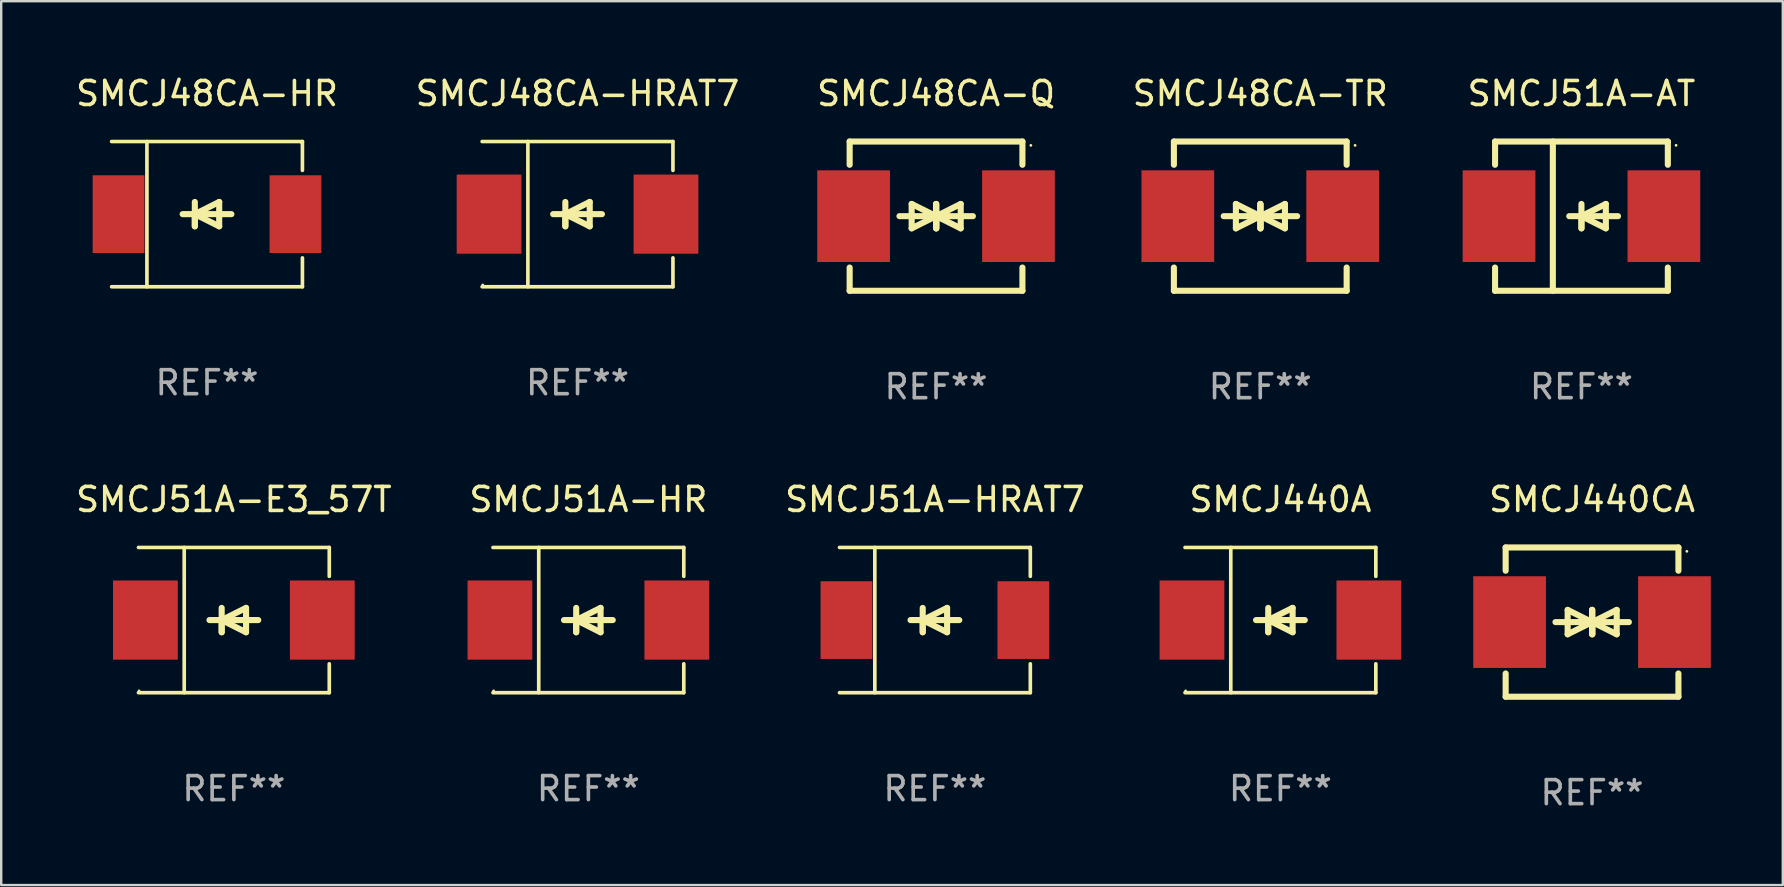
<source format=kicad_pcb>
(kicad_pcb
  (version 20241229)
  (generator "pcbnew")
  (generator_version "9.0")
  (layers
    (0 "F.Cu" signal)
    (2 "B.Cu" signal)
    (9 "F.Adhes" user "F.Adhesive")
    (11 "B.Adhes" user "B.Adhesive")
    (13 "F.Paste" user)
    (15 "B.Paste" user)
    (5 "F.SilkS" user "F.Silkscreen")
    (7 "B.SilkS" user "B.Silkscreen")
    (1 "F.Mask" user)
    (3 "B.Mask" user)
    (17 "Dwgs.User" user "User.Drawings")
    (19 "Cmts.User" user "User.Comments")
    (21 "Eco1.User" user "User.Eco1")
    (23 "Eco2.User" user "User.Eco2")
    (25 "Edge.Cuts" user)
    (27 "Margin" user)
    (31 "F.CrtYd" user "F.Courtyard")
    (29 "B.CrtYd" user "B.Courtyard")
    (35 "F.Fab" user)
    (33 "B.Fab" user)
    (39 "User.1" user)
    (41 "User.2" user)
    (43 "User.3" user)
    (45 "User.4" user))
  (footprint "SMCJ51A-AT"
    (layer "F.Cu")
    (at 62.855 5.958)
    (property "Reference" "SMCJ51A-AT" (at 0 -5.11 0) (layer "F.SilkS") (effects (font (size 1 1) (thickness 0.15))))
    (attr through_hole)
    (fp_line (start -3.6 -3.11) (end -3.6 -2.141) (stroke (width 0.254) (type solid)) (layer "F.SilkS"))
    (fp_line (start -3.6 -3.11) (end 3.6 -3.11) (stroke (width 0.254) (type solid)) (layer "F.SilkS"))
    (fp_line (start -3.6 2.141) (end -3.6 3.11) (stroke (width 0.254) (type solid)) (layer "F.SilkS"))
    (fp_line (start -3.6 3.11) (end 3.6 3.11) (stroke (width 0.254) (type solid)) (layer "F.SilkS"))
    (fp_line (start -1.192 -3.11) (end -1.192 3.11) (stroke (width 0.254) (type solid)) (layer "F.SilkS"))
    (fp_line (start 0 0) (end 0 0.508) (stroke (width 0.254) (type solid)) (layer "F.SilkS"))
    (fp_line (start 0 0) (end 1.016 0.508) (stroke (width 0.254) (type solid)) (layer "F.SilkS"))
    (fp_line (start 0 0.508) (end 0 -0.508) (stroke (width 0.254) (type solid)) (layer "F.SilkS"))
    (fp_line (start 1.016 -0.508) (end 0 0) (stroke (width 0.254) (type solid)) (layer "F.SilkS"))
    (fp_line (start 1.016 0.508) (end 1.016 -0.508) (stroke (width 0.254) (type solid)) (layer "F.SilkS"))
    (fp_line (start 1.524 0) (end -0.508 0) (stroke (width 0.254) (type solid)) (layer "F.SilkS"))
    (fp_line (start 3.6 -3.11) (end 3.6 -2.141) (stroke (width 0.254) (type solid)) (layer "F.SilkS"))
    (fp_line (start 3.6 2.141) (end 3.6 3.11) (stroke (width 0.254) (type solid)) (layer "F.SilkS"))
    (fp_circle (center 3.943 -2.952) (end 3.973 -2.952) (stroke (width 0.06) (type solid)) (fill no) (layer "F.SilkS"))
    (fp_text user "REF**" (at 0 7.11 0) (layer "F.Fab") (effects (font (size 1 1) (thickness 0.15))))
    (pad "1" smd rect (at 3.435 0 180) (size 3.03 3.82) (layers "F.Cu" "F.Mask" "F.Paste"))
    (pad "2" smd rect (at -3.435 0 180) (size 3.03 3.82) (layers "F.Cu" "F.Mask" "F.Paste")))
  (footprint "SMCJ48CA-HR"
    (layer "F.Cu")
    (at 5.577 5.874)
    (property "Reference" "SMCJ48CA-HR" (at 0 -5.026 0) (layer "F.SilkS") (effects (font (size 1 1) (thickness 0.15))))
    (attr through_hole)
    (fp_line (start -3.976 -3.026) (end 3.976 -3.026) (stroke (width 0.152) (type solid)) (layer "F.SilkS"))
    (fp_line (start -3.976 3.026) (end 3.976 3.026) (stroke (width 0.152) (type solid)) (layer "F.SilkS"))
    (fp_line (start -2.504 -3.026) (end -2.504 3.026) (stroke (width 0.152) (type solid)) (layer "F.SilkS"))
    (fp_line (start -0.508 0) (end -0.508 0.508) (stroke (width 0.254) (type solid)) (layer "F.SilkS"))
    (fp_line (start -0.508 0) (end 0.508 0.508) (stroke (width 0.254) (type solid)) (layer "F.SilkS"))
    (fp_line (start -0.508 0.508) (end -0.508 -0.508) (stroke (width 0.254) (type solid)) (layer "F.SilkS"))
    (fp_line (start 0.508 -0.508) (end -0.508 0) (stroke (width 0.254) (type solid)) (layer "F.SilkS"))
    (fp_line (start 0.508 0.508) (end 0.508 -0.508) (stroke (width 0.254) (type solid)) (layer "F.SilkS"))
    (fp_line (start 1.016 0) (end -1.016 0) (stroke (width 0.254) (type solid)) (layer "F.SilkS"))
    (fp_line (start 3.976 -3.026) (end 3.976 -1.823) (stroke (width 0.152) (type solid)) (layer "F.SilkS"))
    (fp_line (start 3.976 3.026) (end 3.976 1.823) (stroke (width 0.152) (type solid)) (layer "F.SilkS"))
    (fp_circle (center 3.95 -2.95) (end 3.98 -2.95) (stroke (width 0.06) (type solid)) (fill no) (layer "F.SilkS"))
    (fp_text user "REF**" (at 0 7.026 0) (layer "F.Fab") (effects (font (size 1 1) (thickness 0.15))))
    (pad "1" smd rect (at 3.686 0 180) (size 2.158 3.24) (layers "F.Cu" "F.Mask" "F.Paste"))
    (pad "2" smd rect (at -3.686 0 180) (size 2.158 3.24) (layers "F.Cu" "F.Mask" "F.Paste")))
  (footprint "SMCJ51A-HR"
    (layer "F.Cu")
    (at 21.47 22.791)
    (property "Reference" "SMCJ51A-HR" (at 0 -5.026 0) (layer "F.SilkS") (effects (font (size 1 1) (thickness 0.15))))
    (attr through_hole)
    (fp_line (start -3.976 -3.026) (end 3.976 -3.026) (stroke (width 0.152) (type solid)) (layer "F.SilkS"))
    (fp_line (start -3.976 3.026) (end 3.976 3.026) (stroke (width 0.152) (type solid)) (layer "F.SilkS"))
    (fp_line (start -2.069 -3.026) (end -2.069 3.026) (stroke (width 0.152) (type solid)) (layer "F.SilkS"))
    (fp_line (start -0.508 0) (end -0.508 0.508) (stroke (width 0.254) (type solid)) (layer "F.SilkS"))
    (fp_line (start -0.508 0) (end 0.508 0.508) (stroke (width 0.254) (type solid)) (layer "F.SilkS"))
    (fp_line (start -0.508 0.508) (end -0.508 -0.508) (stroke (width 0.254) (type solid)) (layer "F.SilkS"))
    (fp_line (start 0.508 -0.508) (end -0.508 0) (stroke (width 0.254) (type solid)) (layer "F.SilkS"))
    (fp_line (start 0.508 0.508) (end 0.508 -0.508) (stroke (width 0.254) (type solid)) (layer "F.SilkS"))
    (fp_line (start 1.016 0) (end -1.016 0) (stroke (width 0.254) (type solid)) (layer "F.SilkS"))
    (fp_line (start 3.976 -3.026) (end 3.976 -1.823) (stroke (width 0.152) (type solid)) (layer "F.SilkS"))
    (fp_line (start 3.976 3.026) (end 3.976 1.823) (stroke (width 0.152) (type solid)) (layer "F.SilkS"))
    (fp_circle (center -3.95 2.95) (end -3.92 2.95) (stroke (width 0.06) (type solid)) (fill no) (layer "F.SilkS"))
    (fp_text user "REF**" (at 0 7.026 0) (layer "F.Fab") (effects (font (size 1 1) (thickness 0.15))))
    (pad "1" smd rect (at -3.686 0) (size 2.7 3.3) (layers "F.Cu" "F.Mask" "F.Paste"))
    (pad "2" smd rect (at 3.686 0) (size 2.7 3.3) (layers "F.Cu" "F.Mask" "F.Paste")))
  (footprint "SMCJ51A-HRAT7"
    (layer "F.Cu")
    (at 35.911 22.791)
    (property "Reference" "SMCJ51A-HRAT7" (at 0 -5.026 0) (layer "F.SilkS") (effects (font (size 1 1) (thickness 0.15))))
    (attr through_hole)
    (fp_line (start -3.976 -3.026) (end 3.976 -3.026) (stroke (width 0.152) (type solid)) (layer "F.SilkS"))
    (fp_line (start -3.976 3.026) (end 3.976 3.026) (stroke (width 0.152) (type solid)) (layer "F.SilkS"))
    (fp_line (start -2.504 -3.026) (end -2.504 3.026) (stroke (width 0.152) (type solid)) (layer "F.SilkS"))
    (fp_line (start -0.508 0) (end -0.508 0.508) (stroke (width 0.254) (type solid)) (layer "F.SilkS"))
    (fp_line (start -0.508 0) (end 0.508 0.508) (stroke (width 0.254) (type solid)) (layer "F.SilkS"))
    (fp_line (start -0.508 0.508) (end -0.508 -0.508) (stroke (width 0.254) (type solid)) (layer "F.SilkS"))
    (fp_line (start 0.508 -0.508) (end -0.508 0) (stroke (width 0.254) (type solid)) (layer "F.SilkS"))
    (fp_line (start 0.508 0.508) (end 0.508 -0.508) (stroke (width 0.254) (type solid)) (layer "F.SilkS"))
    (fp_line (start 1.016 0) (end -1.016 0) (stroke (width 0.254) (type solid)) (layer "F.SilkS"))
    (fp_line (start 3.976 -3.026) (end 3.976 -1.823) (stroke (width 0.152) (type solid)) (layer "F.SilkS"))
    (fp_line (start 3.976 3.026) (end 3.976 1.823) (stroke (width 0.152) (type solid)) (layer "F.SilkS"))
    (fp_circle (center 3.95 -2.95) (end 3.98 -2.95) (stroke (width 0.06) (type solid)) (fill no) (layer "F.SilkS"))
    (fp_text user "REF**" (at 0 7.026 0) (layer "F.Fab") (effects (font (size 1 1) (thickness 0.15))))
    (pad "1" smd rect (at 3.686 0 180) (size 2.158 3.24) (layers "F.Cu" "F.Mask" "F.Paste"))
    (pad "2" smd rect (at -3.686 0 180) (size 2.158 3.24) (layers "F.Cu" "F.Mask" "F.Paste")))
  (footprint "SMCJ440A"
    (layer "F.Cu")
    (at 50.31 22.791)
    (property "Reference" "SMCJ440A" (at 0 -5.026 0) (layer "F.SilkS") (effects (font (size 1 1) (thickness 0.15))))
    (attr through_hole)
    (fp_line (start -3.976 -3.026) (end 3.976 -3.026) (stroke (width 0.152) (type solid)) (layer "F.SilkS"))
    (fp_line (start -3.976 3.026) (end 3.976 3.026) (stroke (width 0.152) (type solid)) (layer "F.SilkS"))
    (fp_line (start -2.069 -3.026) (end -2.069 3.026) (stroke (width 0.152) (type solid)) (layer "F.SilkS"))
    (fp_line (start -0.508 0) (end -0.508 0.508) (stroke (width 0.254) (type solid)) (layer "F.SilkS"))
    (fp_line (start -0.508 0) (end 0.508 0.508) (stroke (width 0.254) (type solid)) (layer "F.SilkS"))
    (fp_line (start -0.508 0.508) (end -0.508 -0.508) (stroke (width 0.254) (type solid)) (layer "F.SilkS"))
    (fp_line (start 0.508 -0.508) (end -0.508 0) (stroke (width 0.254) (type solid)) (layer "F.SilkS"))
    (fp_line (start 0.508 0.508) (end 0.508 -0.508) (stroke (width 0.254) (type solid)) (layer "F.SilkS"))
    (fp_line (start 1.016 0) (end -1.016 0) (stroke (width 0.254) (type solid)) (layer "F.SilkS"))
    (fp_line (start 3.976 -3.026) (end 3.976 -1.823) (stroke (width 0.152) (type solid)) (layer "F.SilkS"))
    (fp_line (start 3.976 3.026) (end 3.976 1.823) (stroke (width 0.152) (type solid)) (layer "F.SilkS"))
    (fp_circle (center -3.95 2.95) (end -3.92 2.95) (stroke (width 0.06) (type solid)) (fill no) (layer "F.SilkS"))
    (fp_text user "REF**" (at 0 7.026 0) (layer "F.Fab") (effects (font (size 1 1) (thickness 0.15))))
    (pad "1" smd rect (at -3.686 0) (size 2.7 3.3) (layers "F.Cu" "F.Mask" "F.Paste"))
    (pad "2" smd rect (at 3.686 0) (size 2.7 3.3) (layers "F.Cu" "F.Mask" "F.Paste")))
  (footprint "SMCJ440CA"
    (layer "F.Cu")
    (at 63.296 22.875)
    (property "Reference" "SMCJ440CA" (at 0 -5.11 0) (layer "F.SilkS") (effects (font (size 1 1) (thickness 0.15))))
    (attr through_hole)
    (fp_line (start -3.6 -2.141) (end -3.6 -3.11) (stroke (width 0.254) (type solid)) (layer "F.SilkS"))
    (fp_line (start -3.6 3.11) (end -3.6 2.141) (stroke (width 0.254) (type solid)) (layer "F.SilkS"))
    (fp_line (start -1.524 0) (end 0.508 0) (stroke (width 0.254) (type solid)) (layer "F.SilkS"))
    (fp_line (start -1.016 -0.508) (end -1.016 0.508) (stroke (width 0.254) (type solid)) (layer "F.SilkS"))
    (fp_line (start -1.016 0.508) (end 0 0) (stroke (width 0.254) (type solid)) (layer "F.SilkS"))
    (fp_line (start 0 -0.508) (end 0 0.508) (stroke (width 0.254) (type solid)) (layer "F.SilkS"))
    (fp_line (start 0 0) (end -1.016 -0.508) (stroke (width 0.254) (type solid)) (layer "F.SilkS"))
    (fp_line (start 0 0) (end 0 -0.508) (stroke (width 0.254) (type solid)) (layer "F.SilkS"))
    (fp_line (start 0.012 0) (end 0.012 0.508) (stroke (width 0.254) (type solid)) (layer "F.SilkS"))
    (fp_line (start 0.012 0) (end 1.028 0.508) (stroke (width 0.254) (type solid)) (layer "F.SilkS"))
    (fp_line (start 0.012 0.508) (end 0.012 -0.508) (stroke (width 0.254) (type solid)) (layer "F.SilkS"))
    (fp_line (start 1.028 -0.508) (end 0.012 0) (stroke (width 0.254) (type solid)) (layer "F.SilkS"))
    (fp_line (start 1.028 0.508) (end 1.028 -0.508) (stroke (width 0.254) (type solid)) (layer "F.SilkS"))
    (fp_line (start 1.536 0) (end -0.496 0) (stroke (width 0.254) (type solid)) (layer "F.SilkS"))
    (fp_line (start 3.6 -3.11) (end -3.6 -3.11) (stroke (width 0.254) (type solid)) (layer "F.SilkS"))
    (fp_line (start 3.6 -2.141) (end 3.6 -3.11) (stroke (width 0.254) (type solid)) (layer "F.SilkS"))
    (fp_line (start 3.6 3.11) (end -3.6 3.11) (stroke (width 0.254) (type solid)) (layer "F.SilkS"))
    (fp_line (start 3.6 3.11) (end 3.6 2.141) (stroke (width 0.254) (type solid)) (layer "F.SilkS"))
    (fp_circle (center 3.952 -2.95) (end 3.982 -2.95) (stroke (width 0.06) (type solid)) (fill no) (layer "F.SilkS"))
    (fp_text user "REF**" (at 0 7.11 0) (layer "F.Fab") (effects (font (size 1 1) (thickness 0.15))))
    (pad "1" smd rect (at 3.435 0) (size 3.03 3.82) (layers "F.Cu" "F.Mask" "F.Paste"))
    (pad "2" smd rect (at -3.435 0) (size 3.03 3.82) (layers "F.Cu" "F.Mask" "F.Paste")))
  (footprint "SMCJ48CA-Q"
    (layer "F.Cu")
    (at 35.958 5.958)
    (property "Reference" "SMCJ48CA-Q" (at 0 -5.11 0) (layer "F.SilkS") (effects (font (size 1 1) (thickness 0.15))))
    (attr through_hole)
    (fp_line (start -3.6 -2.141) (end -3.6 -3.11) (stroke (width 0.254) (type solid)) (layer "F.SilkS"))
    (fp_line (start -3.6 3.11) (end -3.6 2.141) (stroke (width 0.254) (type solid)) (layer "F.SilkS"))
    (fp_line (start -1.524 0) (end 0.508 0) (stroke (width 0.254) (type solid)) (layer "F.SilkS"))
    (fp_line (start -1.016 -0.508) (end -1.016 0.508) (stroke (width 0.254) (type solid)) (layer "F.SilkS"))
    (fp_line (start -1.016 0.508) (end 0 0) (stroke (width 0.254) (type solid)) (layer "F.SilkS"))
    (fp_line (start 0 -0.508) (end 0 0.508) (stroke (width 0.254) (type solid)) (layer "F.SilkS"))
    (fp_line (start 0 0) (end -1.016 -0.508) (stroke (width 0.254) (type solid)) (layer "F.SilkS"))
    (fp_line (start 0 0) (end 0 -0.508) (stroke (width 0.254) (type solid)) (layer "F.SilkS"))
    (fp_line (start 0.012 0) (end 0.012 0.508) (stroke (width 0.254) (type solid)) (layer "F.SilkS"))
    (fp_line (start 0.012 0) (end 1.028 0.508) (stroke (width 0.254) (type solid)) (layer "F.SilkS"))
    (fp_line (start 0.012 0.508) (end 0.012 -0.508) (stroke (width 0.254) (type solid)) (layer "F.SilkS"))
    (fp_line (start 1.028 -0.508) (end 0.012 0) (stroke (width 0.254) (type solid)) (layer "F.SilkS"))
    (fp_line (start 1.028 0.508) (end 1.028 -0.508) (stroke (width 0.254) (type solid)) (layer "F.SilkS"))
    (fp_line (start 1.536 0) (end -0.496 0) (stroke (width 0.254) (type solid)) (layer "F.SilkS"))
    (fp_line (start 3.6 -3.11) (end -3.6 -3.11) (stroke (width 0.254) (type solid)) (layer "F.SilkS"))
    (fp_line (start 3.6 -2.141) (end 3.6 -3.11) (stroke (width 0.254) (type solid)) (layer "F.SilkS"))
    (fp_line (start 3.6 3.11) (end -3.6 3.11) (stroke (width 0.254) (type solid)) (layer "F.SilkS"))
    (fp_line (start 3.6 3.11) (end 3.6 2.141) (stroke (width 0.254) (type solid)) (layer "F.SilkS"))
    (fp_circle (center 3.952 -2.95) (end 3.982 -2.95) (stroke (width 0.06) (type solid)) (fill no) (layer "F.SilkS"))
    (fp_text user "REF**" (at 0 7.11 0) (layer "F.Fab") (effects (font (size 1 1) (thickness 0.15))))
    (pad "1" smd rect (at 3.435 0) (size 3.03 3.82) (layers "F.Cu" "F.Mask" "F.Paste"))
    (pad "2" smd rect (at -3.435 0) (size 3.03 3.82) (layers "F.Cu" "F.Mask" "F.Paste")))
  (footprint "SMCJ48CA-HRAT7"
    (layer "F.Cu")
    (at 21.018 5.874)
    (property "Reference" "SMCJ48CA-HRAT7" (at 0 -5.026 0) (layer "F.SilkS") (effects (font (size 1 1) (thickness 0.15))))
    (attr through_hole)
    (fp_line (start -3.976 -3.026) (end 3.976 -3.026) (stroke (width 0.152) (type solid)) (layer "F.SilkS"))
    (fp_line (start -3.976 3.026) (end 3.976 3.026) (stroke (width 0.152) (type solid)) (layer "F.SilkS"))
    (fp_line (start -2.069 -3.026) (end -2.069 3.026) (stroke (width 0.152) (type solid)) (layer "F.SilkS"))
    (fp_line (start -0.508 0) (end -0.508 0.508) (stroke (width 0.254) (type solid)) (layer "F.SilkS"))
    (fp_line (start -0.508 0) (end 0.508 0.508) (stroke (width 0.254) (type solid)) (layer "F.SilkS"))
    (fp_line (start -0.508 0.508) (end -0.508 -0.508) (stroke (width 0.254) (type solid)) (layer "F.SilkS"))
    (fp_line (start 0.508 -0.508) (end -0.508 0) (stroke (width 0.254) (type solid)) (layer "F.SilkS"))
    (fp_line (start 0.508 0.508) (end 0.508 -0.508) (stroke (width 0.254) (type solid)) (layer "F.SilkS"))
    (fp_line (start 1.016 0) (end -1.016 0) (stroke (width 0.254) (type solid)) (layer "F.SilkS"))
    (fp_line (start 3.976 -3.026) (end 3.976 -1.823) (stroke (width 0.152) (type solid)) (layer "F.SilkS"))
    (fp_line (start 3.976 3.026) (end 3.976 1.823) (stroke (width 0.152) (type solid)) (layer "F.SilkS"))
    (fp_circle (center -3.95 2.95) (end -3.92 2.95) (stroke (width 0.06) (type solid)) (fill no) (layer "F.SilkS"))
    (fp_text user "REF**" (at 0 7.026 0) (layer "F.Fab") (effects (font (size 1 1) (thickness 0.15))))
    (pad "1" smd rect (at -3.686 0) (size 2.7 3.3) (layers "F.Cu" "F.Mask" "F.Paste"))
    (pad "2" smd rect (at 3.686 0) (size 2.7 3.3) (layers "F.Cu" "F.Mask" "F.Paste")))
  (footprint "SMCJ48CA-TR"
    (layer "F.Cu")
    (at 49.47 5.958)
    (property "Reference" "SMCJ48CA-TR" (at 0 -5.11 0) (layer "F.SilkS") (effects (font (size 1 1) (thickness 0.15))))
    (attr through_hole)
    (fp_line (start -3.6 -2.141) (end -3.6 -3.11) (stroke (width 0.254) (type solid)) (layer "F.SilkS"))
    (fp_line (start -3.6 3.11) (end -3.6 2.141) (stroke (width 0.254) (type solid)) (layer "F.SilkS"))
    (fp_line (start -1.524 0) (end 0.508 0) (stroke (width 0.254) (type solid)) (layer "F.SilkS"))
    (fp_line (start -1.016 -0.508) (end -1.016 0.508) (stroke (width 0.254) (type solid)) (layer "F.SilkS"))
    (fp_line (start -1.016 0.508) (end 0 0) (stroke (width 0.254) (type solid)) (layer "F.SilkS"))
    (fp_line (start 0 -0.508) (end 0 0.508) (stroke (width 0.254) (type solid)) (layer "F.SilkS"))
    (fp_line (start 0 0) (end -1.016 -0.508) (stroke (width 0.254) (type solid)) (layer "F.SilkS"))
    (fp_line (start 0 0) (end 0 -0.508) (stroke (width 0.254) (type solid)) (layer "F.SilkS"))
    (fp_line (start 0.012 0) (end 0.012 0.508) (stroke (width 0.254) (type solid)) (layer "F.SilkS"))
    (fp_line (start 0.012 0) (end 1.028 0.508) (stroke (width 0.254) (type solid)) (layer "F.SilkS"))
    (fp_line (start 0.012 0.508) (end 0.012 -0.508) (stroke (width 0.254) (type solid)) (layer "F.SilkS"))
    (fp_line (start 1.028 -0.508) (end 0.012 0) (stroke (width 0.254) (type solid)) (layer "F.SilkS"))
    (fp_line (start 1.028 0.508) (end 1.028 -0.508) (stroke (width 0.254) (type solid)) (layer "F.SilkS"))
    (fp_line (start 1.536 0) (end -0.496 0) (stroke (width 0.254) (type solid)) (layer "F.SilkS"))
    (fp_line (start 3.6 -3.11) (end -3.6 -3.11) (stroke (width 0.254) (type solid)) (layer "F.SilkS"))
    (fp_line (start 3.6 -2.141) (end 3.6 -3.11) (stroke (width 0.254) (type solid)) (layer "F.SilkS"))
    (fp_line (start 3.6 3.11) (end -3.6 3.11) (stroke (width 0.254) (type solid)) (layer "F.SilkS"))
    (fp_line (start 3.6 3.11) (end 3.6 2.141) (stroke (width 0.254) (type solid)) (layer "F.SilkS"))
    (fp_circle (center 3.952 -2.95) (end 3.982 -2.95) (stroke (width 0.06) (type solid)) (fill no) (layer "F.SilkS"))
    (fp_text user "REF**" (at 0 7.11 0) (layer "F.Fab") (effects (font (size 1 1) (thickness 0.15))))
    (pad "1" smd rect (at 3.435 0) (size 3.03 3.82) (layers "F.Cu" "F.Mask" "F.Paste"))
    (pad "2" smd rect (at -3.435 0) (size 3.03 3.82) (layers "F.Cu" "F.Mask" "F.Paste")))
  (footprint "SMCJ51A-E3_57T"
    (layer "F.Cu")
    (at 6.696 22.791)
    (property "Reference" "SMCJ51A-E3_57T" (at 0 -5.026 0) (layer "F.SilkS") (effects (font (size 1 1) (thickness 0.15))))
    (attr through_hole)
    (fp_line (start -3.976 -3.026) (end 3.976 -3.026) (stroke (width 0.152) (type solid)) (layer "F.SilkS"))
    (fp_line (start -3.976 3.026) (end 3.976 3.026) (stroke (width 0.152) (type solid)) (layer "F.SilkS"))
    (fp_line (start -2.069 -3.026) (end -2.069 3.026) (stroke (width 0.152) (type solid)) (layer "F.SilkS"))
    (fp_line (start -0.508 0) (end -0.508 0.508) (stroke (width 0.254) (type solid)) (layer "F.SilkS"))
    (fp_line (start -0.508 0) (end 0.508 0.508) (stroke (width 0.254) (type solid)) (layer "F.SilkS"))
    (fp_line (start -0.508 0.508) (end -0.508 -0.508) (stroke (width 0.254) (type solid)) (layer "F.SilkS"))
    (fp_line (start 0.508 -0.508) (end -0.508 0) (stroke (width 0.254) (type solid)) (layer "F.SilkS"))
    (fp_line (start 0.508 0.508) (end 0.508 -0.508) (stroke (width 0.254) (type solid)) (layer "F.SilkS"))
    (fp_line (start 1.016 0) (end -1.016 0) (stroke (width 0.254) (type solid)) (layer "F.SilkS"))
    (fp_line (start 3.976 -3.026) (end 3.976 -1.823) (stroke (width 0.152) (type solid)) (layer "F.SilkS"))
    (fp_line (start 3.976 3.026) (end 3.976 1.823) (stroke (width 0.152) (type solid)) (layer "F.SilkS"))
    (fp_circle (center -3.95 2.95) (end -3.92 2.95) (stroke (width 0.06) (type solid)) (fill no) (layer "F.SilkS"))
    (fp_text user "REF**" (at 0 7.026 0) (layer "F.Fab") (effects (font (size 1 1) (thickness 0.15))))
    (pad "1" smd rect (at -3.686 0) (size 2.7 3.3) (layers "F.Cu" "F.Mask" "F.Paste"))
    (pad "2" smd rect (at 3.686 0) (size 2.7 3.3) (layers "F.Cu" "F.Mask" "F.Paste")))
  (gr_rect
    (start -3 -3)
    (end 71.246 33.833)
    (stroke (width 0.1) (type default))
    (fill no)
    (layer "Edge.Cuts")))
</source>
